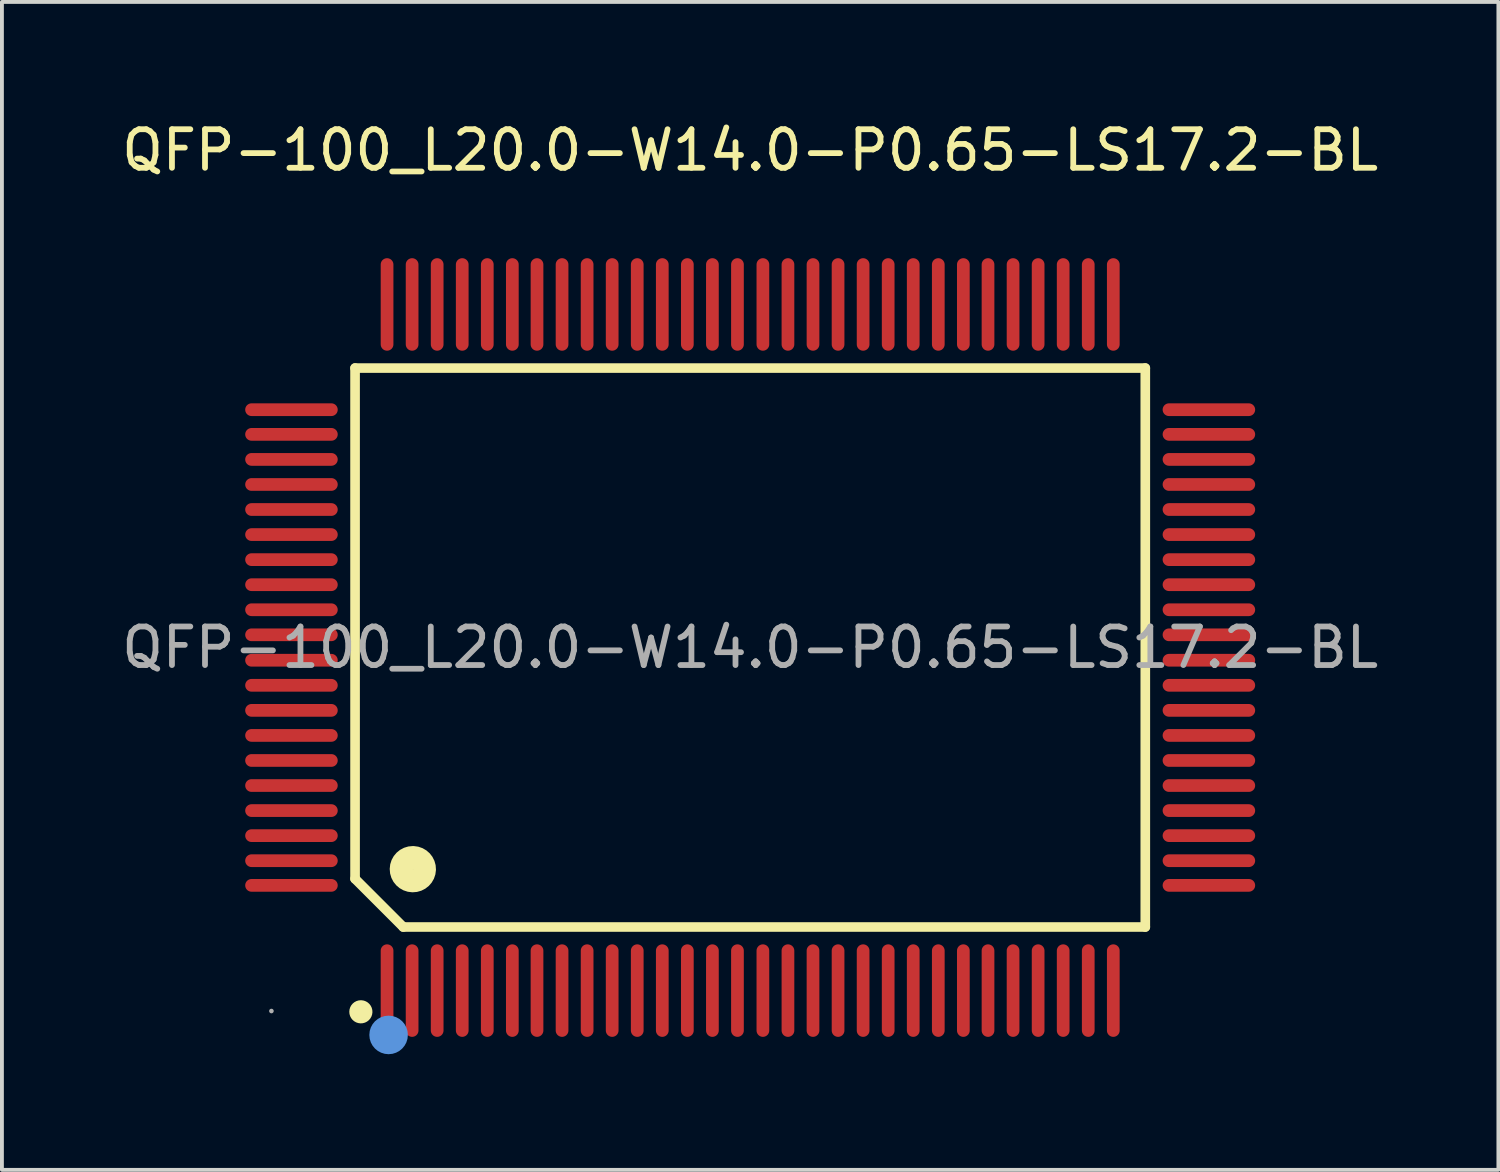
<source format=kicad_pcb>
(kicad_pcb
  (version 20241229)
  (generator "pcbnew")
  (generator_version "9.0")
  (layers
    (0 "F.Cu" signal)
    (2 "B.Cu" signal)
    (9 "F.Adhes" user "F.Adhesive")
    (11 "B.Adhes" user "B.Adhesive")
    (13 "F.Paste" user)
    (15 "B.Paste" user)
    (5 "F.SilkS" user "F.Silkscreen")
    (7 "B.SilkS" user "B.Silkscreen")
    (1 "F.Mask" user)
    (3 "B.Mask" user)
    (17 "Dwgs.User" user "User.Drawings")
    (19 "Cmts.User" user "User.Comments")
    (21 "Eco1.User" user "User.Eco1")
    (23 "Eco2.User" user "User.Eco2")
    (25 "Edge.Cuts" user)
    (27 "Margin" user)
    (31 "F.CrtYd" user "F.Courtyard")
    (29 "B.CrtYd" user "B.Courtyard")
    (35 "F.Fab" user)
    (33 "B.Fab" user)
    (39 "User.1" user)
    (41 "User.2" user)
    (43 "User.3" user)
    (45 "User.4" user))
  (footprint "QFP-100_L20.0-W14.0-P0.65-LS17.2-BL"
    (layer "F.Cu")
    (at 16.411 13.748)
    (property "Reference" "QFP-100_L20.0-W14.0-P0.65-LS17.2-BL" (at 0 -12.9 0) (layer "F.SilkS") (effects (font (size 1 1) (thickness 0.15))))
    (attr through_hole)
    (fp_line (start -10.25 -7.25) (end 10.25 -7.25) (stroke (width 0.25) (type solid)) (layer "F.SilkS"))
    (fp_line (start -10.25 6) (end -10.25 -7.25) (stroke (width 0.25) (type solid)) (layer "F.SilkS"))
    (fp_line (start -9 7.25) (end -10.25 6) (stroke (width 0.25) (type solid)) (layer "F.SilkS"))
    (fp_line (start 10.25 -7.25) (end 10.25 7.25) (stroke (width 0.25) (type solid)) (layer "F.SilkS"))
    (fp_line (start 10.25 7.25) (end -9 7.25) (stroke (width 0.25) (type solid)) (layer "F.SilkS"))
    (fp_arc (start -10.09 9.3) (mid -10.104995 9.60025) (end -10.100016 9.299667) (stroke (width 0.3) (type solid)) (layer "F.SilkS"))
    (fp_arc (start -8.74 5.45) (mid -8.754999 6.050125) (end -8.750004 5.449833) (stroke (width 0.6) (type solid)) (layer "F.SilkS"))
    (fp_circle (center -9.38 10.05) (end -9.13 10.05) (stroke (width 0.5) (type solid)) (fill no) (layer "Cmts.User"))
    (fp_circle (center -12.42 9.43) (end -12.39 9.43) (stroke (width 0.06) (type solid)) (fill no) (layer "F.Fab"))
    (fp_text user "${REFERENCE}" (at 0 0 0) (layer "F.Fab") (effects (font (size 1 1) (thickness 0.15))))
    (pad "1" smd oval (at -9.42 8.9 180) (size 0.33 2.4) (layers "F.Cu" "F.Mask" "F.Paste"))
    (pad "2" smd oval (at -8.77 8.9 180) (size 0.33 2.4) (layers "F.Cu" "F.Mask" "F.Paste"))
    (pad "3" smd oval (at -8.12 8.9 180) (size 0.33 2.4) (layers "F.Cu" "F.Mask" "F.Paste"))
    (pad "4" smd oval (at -7.47 8.9 180) (size 0.33 2.4) (layers "F.Cu" "F.Mask" "F.Paste"))
    (pad "5" smd oval (at -6.82 8.9 180) (size 0.33 2.4) (layers "F.Cu" "F.Mask" "F.Paste"))
    (pad "6" smd oval (at -6.17 8.9 180) (size 0.33 2.4) (layers "F.Cu" "F.Mask" "F.Paste"))
    (pad "7" smd oval (at -5.53 8.9 180) (size 0.33 2.4) (layers "F.Cu" "F.Mask" "F.Paste"))
    (pad "8" smd oval (at -4.88 8.9 180) (size 0.33 2.4) (layers "F.Cu" "F.Mask" "F.Paste"))
    (pad "9" smd oval (at -4.23 8.9 180) (size 0.33 2.4) (layers "F.Cu" "F.Mask" "F.Paste"))
    (pad "10" smd oval (at -3.58 8.9 180) (size 0.33 2.4) (layers "F.Cu" "F.Mask" "F.Paste"))
    (pad "11" smd oval (at -2.93 8.9 180) (size 0.33 2.4) (layers "F.Cu" "F.Mask" "F.Paste"))
    (pad "12" smd oval (at -2.28 8.9 180) (size 0.33 2.4) (layers "F.Cu" "F.Mask" "F.Paste"))
    (pad "13" smd oval (at -1.63 8.9 180) (size 0.33 2.4) (layers "F.Cu" "F.Mask" "F.Paste"))
    (pad "14" smd oval (at -0.98 8.9 180) (size 0.33 2.4) (layers "F.Cu" "F.Mask" "F.Paste"))
    (pad "15" smd oval (at -0.33 8.9 180) (size 0.33 2.4) (layers "F.Cu" "F.Mask" "F.Paste"))
    (pad "16" smd oval (at 0.33 8.9 180) (size 0.33 2.4) (layers "F.Cu" "F.Mask" "F.Paste"))
    (pad "17" smd oval (at 0.98 8.9 180) (size 0.33 2.4) (layers "F.Cu" "F.Mask" "F.Paste"))
    (pad "18" smd oval (at 1.63 8.9 180) (size 0.33 2.4) (layers "F.Cu" "F.Mask" "F.Paste"))
    (pad "19" smd oval (at 2.28 8.9 180) (size 0.33 2.4) (layers "F.Cu" "F.Mask" "F.Paste"))
    (pad "20" smd oval (at 2.93 8.9 180) (size 0.33 2.4) (layers "F.Cu" "F.Mask" "F.Paste"))
    (pad "21" smd oval (at 3.58 8.9 180) (size 0.33 2.4) (layers "F.Cu" "F.Mask" "F.Paste"))
    (pad "22" smd oval (at 4.23 8.9 180) (size 0.33 2.4) (layers "F.Cu" "F.Mask" "F.Paste"))
    (pad "23" smd oval (at 4.88 8.9 180) (size 0.33 2.4) (layers "F.Cu" "F.Mask" "F.Paste"))
    (pad "24" smd oval (at 5.53 8.9 180) (size 0.33 2.4) (layers "F.Cu" "F.Mask" "F.Paste"))
    (pad "25" smd oval (at 6.17 8.9 180) (size 0.33 2.4) (layers "F.Cu" "F.Mask" "F.Paste"))
    (pad "26" smd oval (at 6.82 8.9 180) (size 0.33 2.4) (layers "F.Cu" "F.Mask" "F.Paste"))
    (pad "27" smd oval (at 7.47 8.9 180) (size 0.33 2.4) (layers "F.Cu" "F.Mask" "F.Paste"))
    (pad "28" smd oval (at 8.12 8.9 180) (size 0.33 2.4) (layers "F.Cu" "F.Mask" "F.Paste"))
    (pad "29" smd oval (at 8.77 8.9 180) (size 0.33 2.4) (layers "F.Cu" "F.Mask" "F.Paste"))
    (pad "30" smd oval (at 9.42 8.9 180) (size 0.33 2.4) (layers "F.Cu" "F.Mask" "F.Paste"))
    (pad "31" smd oval (at 11.9 6.17 270) (size 0.33 2.4) (layers "F.Cu" "F.Mask" "F.Paste"))
    (pad "32" smd oval (at 11.9 5.53 270) (size 0.33 2.4) (layers "F.Cu" "F.Mask" "F.Paste"))
    (pad "33" smd oval (at 11.9 4.88 270) (size 0.33 2.4) (layers "F.Cu" "F.Mask" "F.Paste"))
    (pad "34" smd oval (at 11.9 4.23 270) (size 0.33 2.4) (layers "F.Cu" "F.Mask" "F.Paste"))
    (pad "35" smd oval (at 11.9 3.58 270) (size 0.33 2.4) (layers "F.Cu" "F.Mask" "F.Paste"))
    (pad "36" smd oval (at 11.9 2.93 270) (size 0.33 2.4) (layers "F.Cu" "F.Mask" "F.Paste"))
    (pad "37" smd oval (at 11.9 2.28 270) (size 0.33 2.4) (layers "F.Cu" "F.Mask" "F.Paste"))
    (pad "38" smd oval (at 11.9 1.63 270) (size 0.33 2.4) (layers "F.Cu" "F.Mask" "F.Paste"))
    (pad "39" smd oval (at 11.9 0.98 270) (size 0.33 2.4) (layers "F.Cu" "F.Mask" "F.Paste"))
    (pad "40" smd oval (at 11.9 0.33 270) (size 0.33 2.4) (layers "F.Cu" "F.Mask" "F.Paste"))
    (pad "41" smd oval (at 11.9 -0.33 270) (size 0.33 2.4) (layers "F.Cu" "F.Mask" "F.Paste"))
    (pad "42" smd oval (at 11.9 -0.98 270) (size 0.33 2.4) (layers "F.Cu" "F.Mask" "F.Paste"))
    (pad "43" smd oval (at 11.9 -1.63 270) (size 0.33 2.4) (layers "F.Cu" "F.Mask" "F.Paste"))
    (pad "44" smd oval (at 11.9 -2.28 270) (size 0.33 2.4) (layers "F.Cu" "F.Mask" "F.Paste"))
    (pad "45" smd oval (at 11.9 -2.93 270) (size 0.33 2.4) (layers "F.Cu" "F.Mask" "F.Paste"))
    (pad "46" smd oval (at 11.9 -3.58 270) (size 0.33 2.4) (layers "F.Cu" "F.Mask" "F.Paste"))
    (pad "47" smd oval (at 11.9 -4.23 270) (size 0.33 2.4) (layers "F.Cu" "F.Mask" "F.Paste"))
    (pad "48" smd oval (at 11.9 -4.88 270) (size 0.33 2.4) (layers "F.Cu" "F.Mask" "F.Paste"))
    (pad "49" smd oval (at 11.9 -5.53 270) (size 0.33 2.4) (layers "F.Cu" "F.Mask" "F.Paste"))
    (pad "50" smd oval (at 11.9 -6.17 270) (size 0.33 2.4) (layers "F.Cu" "F.Mask" "F.Paste"))
    (pad "51" smd oval (at 9.42 -8.9) (size 0.33 2.4) (layers "F.Cu" "F.Mask" "F.Paste"))
    (pad "52" smd oval (at 8.77 -8.9) (size 0.33 2.4) (layers "F.Cu" "F.Mask" "F.Paste"))
    (pad "53" smd oval (at 8.12 -8.9) (size 0.33 2.4) (layers "F.Cu" "F.Mask" "F.Paste"))
    (pad "54" smd oval (at 7.47 -8.9) (size 0.33 2.4) (layers "F.Cu" "F.Mask" "F.Paste"))
    (pad "55" smd oval (at 6.82 -8.9) (size 0.33 2.4) (layers "F.Cu" "F.Mask" "F.Paste"))
    (pad "56" smd oval (at 6.17 -8.9) (size 0.33 2.4) (layers "F.Cu" "F.Mask" "F.Paste"))
    (pad "57" smd oval (at 5.53 -8.9) (size 0.33 2.4) (layers "F.Cu" "F.Mask" "F.Paste"))
    (pad "58" smd oval (at 4.88 -8.9) (size 0.33 2.4) (layers "F.Cu" "F.Mask" "F.Paste"))
    (pad "59" smd oval (at 4.23 -8.9) (size 0.33 2.4) (layers "F.Cu" "F.Mask" "F.Paste"))
    (pad "60" smd oval (at 3.58 -8.9) (size 0.33 2.4) (layers "F.Cu" "F.Mask" "F.Paste"))
    (pad "61" smd oval (at 2.93 -8.9) (size 0.33 2.4) (layers "F.Cu" "F.Mask" "F.Paste"))
    (pad "62" smd oval (at 2.28 -8.9) (size 0.33 2.4) (layers "F.Cu" "F.Mask" "F.Paste"))
    (pad "63" smd oval (at 1.63 -8.9) (size 0.33 2.4) (layers "F.Cu" "F.Mask" "F.Paste"))
    (pad "64" smd oval (at 0.98 -8.9) (size 0.33 2.4) (layers "F.Cu" "F.Mask" "F.Paste"))
    (pad "65" smd oval (at 0.33 -8.9) (size 0.33 2.4) (layers "F.Cu" "F.Mask" "F.Paste"))
    (pad "66" smd oval (at -0.33 -8.9) (size 0.33 2.4) (layers "F.Cu" "F.Mask" "F.Paste"))
    (pad "67" smd oval (at -0.98 -8.9) (size 0.33 2.4) (layers "F.Cu" "F.Mask" "F.Paste"))
    (pad "68" smd oval (at -1.63 -8.9) (size 0.33 2.4) (layers "F.Cu" "F.Mask" "F.Paste"))
    (pad "69" smd oval (at -2.28 -8.9) (size 0.33 2.4) (layers "F.Cu" "F.Mask" "F.Paste"))
    (pad "70" smd oval (at -2.93 -8.9) (size 0.33 2.4) (layers "F.Cu" "F.Mask" "F.Paste"))
    (pad "71" smd oval (at -3.58 -8.9) (size 0.33 2.4) (layers "F.Cu" "F.Mask" "F.Paste"))
    (pad "72" smd oval (at -4.23 -8.9) (size 0.33 2.4) (layers "F.Cu" "F.Mask" "F.Paste"))
    (pad "73" smd oval (at -4.88 -8.9) (size 0.33 2.4) (layers "F.Cu" "F.Mask" "F.Paste"))
    (pad "74" smd oval (at -5.53 -8.9) (size 0.33 2.4) (layers "F.Cu" "F.Mask" "F.Paste"))
    (pad "75" smd oval (at -6.17 -8.9) (size 0.33 2.4) (layers "F.Cu" "F.Mask" "F.Paste"))
    (pad "76" smd oval (at -6.82 -8.9) (size 0.33 2.4) (layers "F.Cu" "F.Mask" "F.Paste"))
    (pad "77" smd oval (at -7.47 -8.9) (size 0.33 2.4) (layers "F.Cu" "F.Mask" "F.Paste"))
    (pad "78" smd oval (at -8.12 -8.9) (size 0.33 2.4) (layers "F.Cu" "F.Mask" "F.Paste"))
    (pad "79" smd oval (at -8.77 -8.9) (size 0.33 2.4) (layers "F.Cu" "F.Mask" "F.Paste"))
    (pad "80" smd oval (at -9.42 -8.9) (size 0.33 2.4) (layers "F.Cu" "F.Mask" "F.Paste"))
    (pad "81" smd oval (at -11.9 -6.17 90) (size 0.33 2.4) (layers "F.Cu" "F.Mask" "F.Paste"))
    (pad "82" smd oval (at -11.9 -5.53 90) (size 0.33 2.4) (layers "F.Cu" "F.Mask" "F.Paste"))
    (pad "83" smd oval (at -11.9 -4.88 90) (size 0.33 2.4) (layers "F.Cu" "F.Mask" "F.Paste"))
    (pad "84" smd oval (at -11.9 -4.23 90) (size 0.33 2.4) (layers "F.Cu" "F.Mask" "F.Paste"))
    (pad "85" smd oval (at -11.9 -3.58 90) (size 0.33 2.4) (layers "F.Cu" "F.Mask" "F.Paste"))
    (pad "86" smd oval (at -11.9 -2.93 90) (size 0.33 2.4) (layers "F.Cu" "F.Mask" "F.Paste"))
    (pad "87" smd oval (at -11.9 -2.28 90) (size 0.33 2.4) (layers "F.Cu" "F.Mask" "F.Paste"))
    (pad "88" smd oval (at -11.9 -1.63 90) (size 0.33 2.4) (layers "F.Cu" "F.Mask" "F.Paste"))
    (pad "89" smd oval (at -11.9 -0.98 90) (size 0.33 2.4) (layers "F.Cu" "F.Mask" "F.Paste"))
    (pad "90" smd oval (at -11.9 -0.33 90) (size 0.33 2.4) (layers "F.Cu" "F.Mask" "F.Paste"))
    (pad "91" smd oval (at -11.9 0.33 90) (size 0.33 2.4) (layers "F.Cu" "F.Mask" "F.Paste"))
    (pad "92" smd oval (at -11.9 0.98 90) (size 0.33 2.4) (layers "F.Cu" "F.Mask" "F.Paste"))
    (pad "93" smd oval (at -11.9 1.63 90) (size 0.33 2.4) (layers "F.Cu" "F.Mask" "F.Paste"))
    (pad "94" smd oval (at -11.9 2.28 90) (size 0.33 2.4) (layers "F.Cu" "F.Mask" "F.Paste"))
    (pad "95" smd oval (at -11.9 2.93 90) (size 0.33 2.4) (layers "F.Cu" "F.Mask" "F.Paste"))
    (pad "96" smd oval (at -11.9 3.58 90) (size 0.33 2.4) (layers "F.Cu" "F.Mask" "F.Paste"))
    (pad "97" smd oval (at -11.9 4.23 90) (size 0.33 2.4) (layers "F.Cu" "F.Mask" "F.Paste"))
    (pad "98" smd oval (at -11.9 4.88 90) (size 0.33 2.4) (layers "F.Cu" "F.Mask" "F.Paste"))
    (pad "99" smd oval (at -11.9 5.53 90) (size 0.33 2.4) (layers "F.Cu" "F.Mask" "F.Paste"))
    (pad "100" smd oval (at -11.9 6.17 90) (size 0.33 2.4) (layers "F.Cu" "F.Mask" "F.Paste")))
  (gr_rect
    (start -3 -3)
    (end 35.821 27.298)
    (stroke (width 0.1) (type default))
    (fill no)
    (layer "Edge.Cuts")))
</source>
